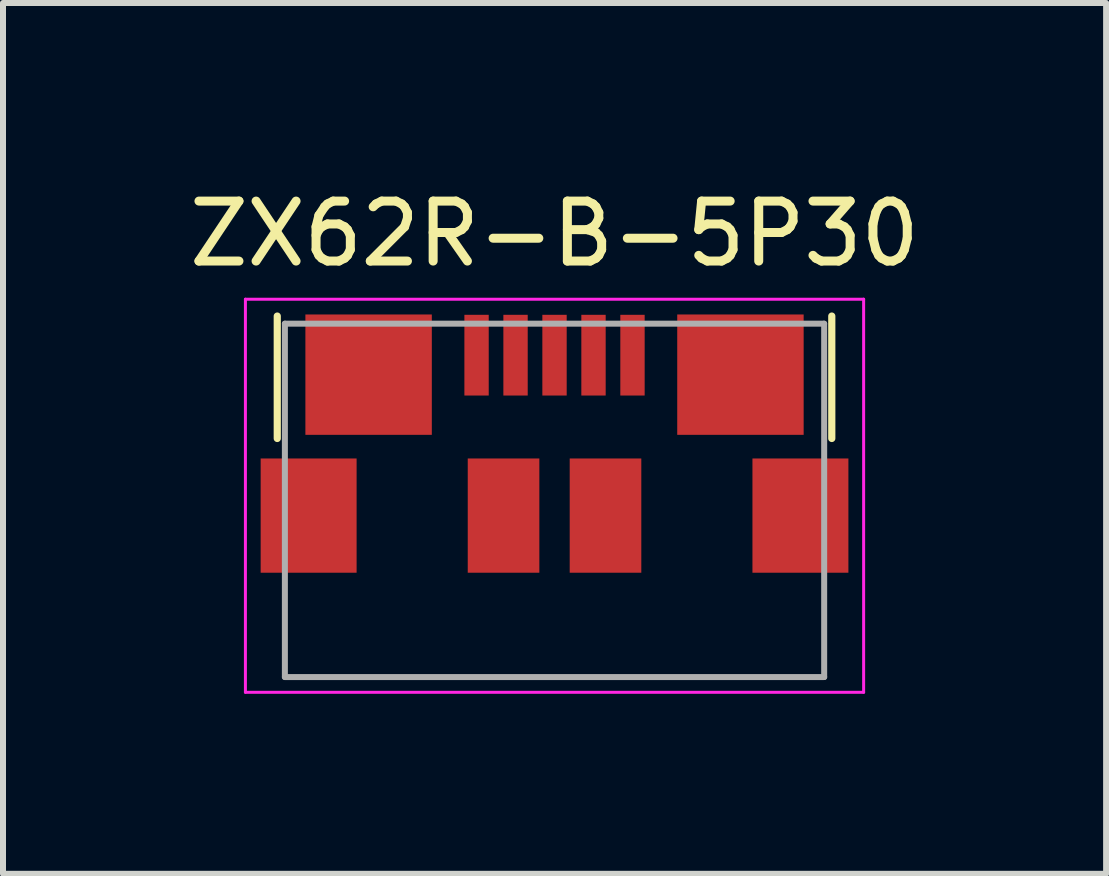
<source format=kicad_pcb>
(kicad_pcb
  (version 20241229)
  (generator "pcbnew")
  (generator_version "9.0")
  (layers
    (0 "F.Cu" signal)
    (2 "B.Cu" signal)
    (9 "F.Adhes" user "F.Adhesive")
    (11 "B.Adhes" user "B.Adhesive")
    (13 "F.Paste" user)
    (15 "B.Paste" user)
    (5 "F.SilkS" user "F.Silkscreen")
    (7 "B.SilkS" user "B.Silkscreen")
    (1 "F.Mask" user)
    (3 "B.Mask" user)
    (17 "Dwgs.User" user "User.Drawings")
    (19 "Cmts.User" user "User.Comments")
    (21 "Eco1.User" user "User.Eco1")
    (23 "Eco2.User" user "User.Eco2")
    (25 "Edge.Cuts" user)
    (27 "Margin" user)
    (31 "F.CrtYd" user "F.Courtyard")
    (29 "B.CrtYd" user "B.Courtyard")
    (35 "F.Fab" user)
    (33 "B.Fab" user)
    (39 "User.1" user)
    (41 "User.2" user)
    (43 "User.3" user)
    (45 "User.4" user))
  (footprint "ZX62R-B-5P30"
    (layer "F.Cu")
    (at 6.196 5.293)
    (property "Reference" "ZX62R-B-5P30" (at 0 -4.445 0) (layer "F.SilkS") (effects (font (size 1 1) (thickness 0.15))))
    (attr smd)
    (fp_line (start -4.623 -3.073) (end -4.623 -1.032) (stroke (width 0.12) (type solid)) (layer "F.SilkS"))
    (fp_line (start 4.623 -1.032) (end 4.623 -3.073) (stroke (width 0.12) (type solid)) (layer "F.SilkS"))
    (fp_line (start -5.154 -3.354) (end -5.154 3.2) (stroke (width 0.05) (type solid)) (layer "F.CrtYd"))
    (fp_line (start -5.154 3.2) (end 5.154 3.2) (stroke (width 0.05) (type solid)) (layer "F.CrtYd"))
    (fp_line (start 5.154 -3.354) (end -5.154 -3.354) (stroke (width 0.05) (type solid)) (layer "F.CrtYd"))
    (fp_line (start 5.154 3.2) (end 5.154 -3.354) (stroke (width 0.05) (type solid)) (layer "F.CrtYd"))
    (fp_line (start -4.496 -2.946) (end -4.496 2.946) (stroke (width 0.1) (type solid)) (layer "F.Fab"))
    (fp_line (start -4.496 2.946) (end 4.496 2.946) (stroke (width 0.1) (type solid)) (layer "F.Fab"))
    (fp_line (start 4.496 -2.946) (end -4.496 -2.946) (stroke (width 0.1) (type solid)) (layer "F.Fab"))
    (fp_line (start 4.496 2.946) (end 4.496 -2.946) (stroke (width 0.1) (type solid)) (layer "F.Fab"))
    (pad "1" smd rect (at 1.3 -2.421) (size 0.406 1.346) (layers "F.Cu" "F.Mask" "F.Paste"))
    (pad "2" smd rect (at 0.65 -2.421) (size 0.406 1.346) (layers "F.Cu" "F.Mask" "F.Paste"))
    (pad "3" smd rect (at 0 -2.421) (size 0.406 1.346) (layers "F.Cu" "F.Mask" "F.Paste"))
    (pad "4" smd rect (at -0.65 -2.421) (size 0.406 1.346) (layers "F.Cu" "F.Mask" "F.Paste"))
    (pad "5" smd rect (at -1.3 -2.421) (size 0.406 1.346) (layers "F.Cu" "F.Mask" "F.Paste"))
    (pad "6" smd rect (at -4.1 0.254) (size 1.6 1.905) (layers "F.Cu" "F.Mask" "F.Paste"))
    (pad "7" smd rect (at 4.1 0.254) (size 1.6 1.905) (layers "F.Cu" "F.Mask" "F.Paste"))
    (pad "8" smd rect (at -0.85 0.254) (size 1.194 1.905) (layers "F.Cu" "F.Mask" "F.Paste"))
    (pad "9" smd rect (at 0.85 0.254) (size 1.194 1.905) (layers "F.Cu" "F.Mask" "F.Paste"))
    (pad "10" smd rect (at -3.1 -2.096) (size 2.108 2.007) (layers "F.Cu" "F.Mask" "F.Paste"))
    (pad "11" smd rect (at 3.1 -2.096) (size 2.108 2.007) (layers "F.Cu" "F.Mask" "F.Paste")))
  (gr_rect
    (start -3 -3)
    (end 15.393 11.519)
    (stroke (width 0.1) (type default))
    (fill no)
    (layer "Edge.Cuts")))
</source>
